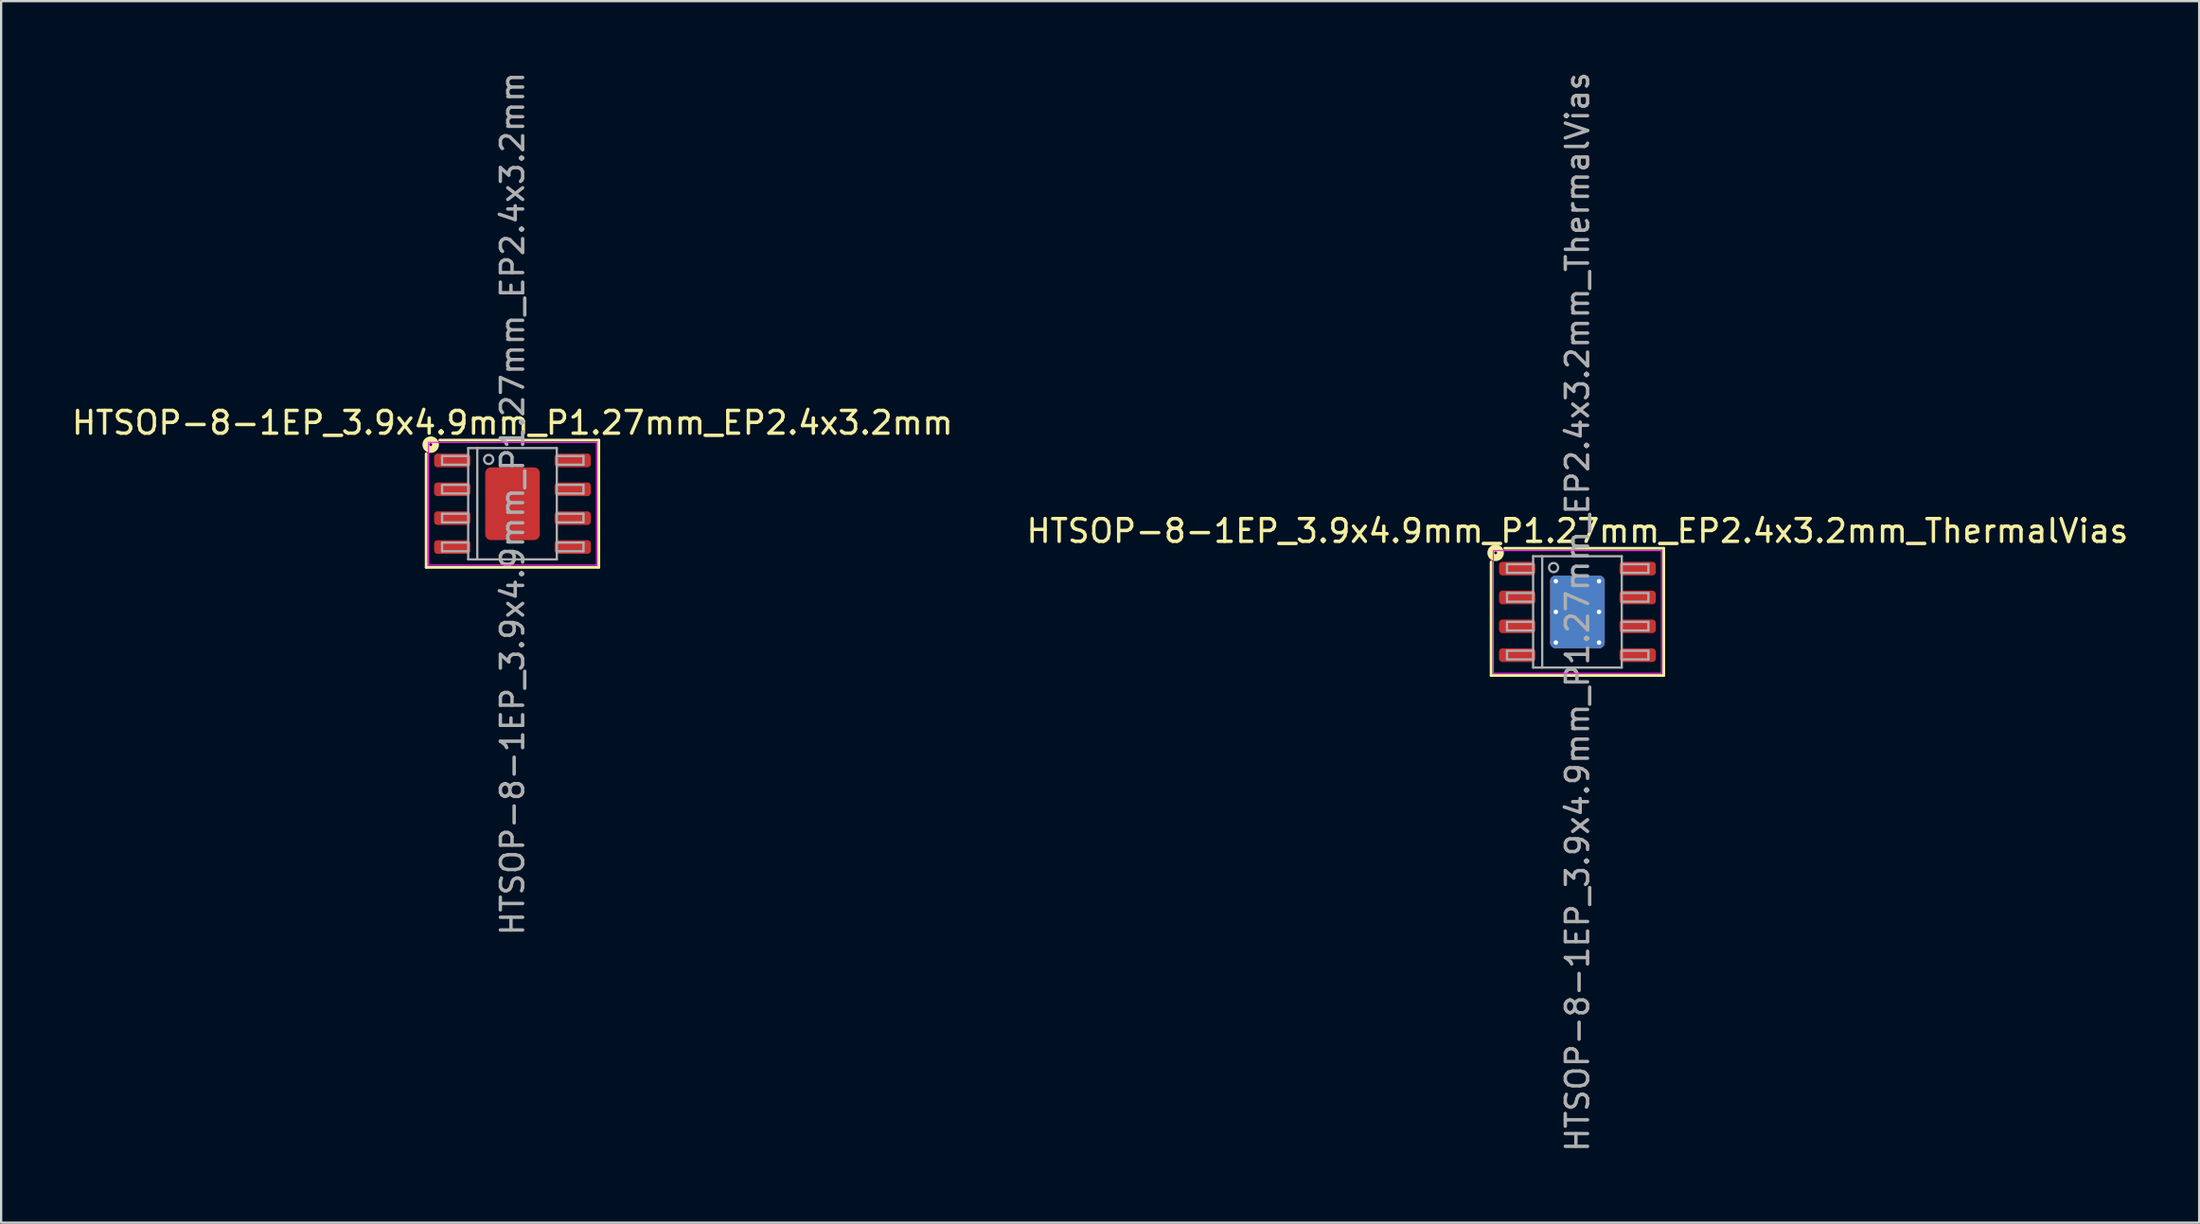
<source format=kicad_pcb>
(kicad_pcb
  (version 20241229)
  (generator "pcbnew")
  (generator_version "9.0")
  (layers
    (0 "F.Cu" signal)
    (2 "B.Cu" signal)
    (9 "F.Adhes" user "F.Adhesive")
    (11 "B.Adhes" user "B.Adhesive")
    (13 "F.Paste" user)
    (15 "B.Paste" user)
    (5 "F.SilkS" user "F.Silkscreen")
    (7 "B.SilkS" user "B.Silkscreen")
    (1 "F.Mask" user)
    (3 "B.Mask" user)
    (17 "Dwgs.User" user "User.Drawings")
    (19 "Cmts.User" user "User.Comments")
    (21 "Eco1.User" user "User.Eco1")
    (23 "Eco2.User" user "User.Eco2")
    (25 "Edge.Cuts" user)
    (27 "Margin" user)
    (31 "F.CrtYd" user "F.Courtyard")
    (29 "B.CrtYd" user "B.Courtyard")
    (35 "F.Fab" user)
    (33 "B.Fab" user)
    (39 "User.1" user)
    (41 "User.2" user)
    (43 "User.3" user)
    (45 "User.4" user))
  (footprint "HTSOP-8-1EP_3.9x4.9mm_P1.27mm_EP2.4x3.2mm_ThermalVias"
    (layer "F.Cu")
    (at 66.375 23.88)
    (property "Reference" "HTSOP-8-1EP_3.9x4.9mm_P1.27mm_EP2.4x3.2mm_ThermalVias" (at 0 -3.562 0) (layer "F.SilkS") (effects (font (size 1 1) (thickness 0.15))))
    (attr smd)
    (fp_line (start -3.8 2.8) (end -3.8 -2.2) (stroke (width 0.12) (type solid)) (layer "F.SilkS"))
    (fp_line (start -3.2 -2.8) (end 3.8 -2.8) (stroke (width 0.12) (type solid)) (layer "F.SilkS"))
    (fp_line (start 3.8 -2.8) (end 3.8 2.8) (stroke (width 0.12) (type solid)) (layer "F.SilkS"))
    (fp_line (start 3.8 2.8) (end -3.8 2.8) (stroke (width 0.12) (type solid)) (layer "F.SilkS"))
    (fp_circle (center -3.6 -2.6) (end -3.537 -2.6) (stroke (width 0.3) (type solid)) (fill no) (layer "F.SilkS"))
    (fp_line (start -3.7 -2.7) (end -3.7 2.7) (stroke (width 0.05) (type solid)) (layer "F.CrtYd"))
    (fp_line (start -3.7 2.7) (end 3.7 2.7) (stroke (width 0.05) (type solid)) (layer "F.CrtYd"))
    (fp_line (start 3.7 -2.7) (end -3.7 -2.7) (stroke (width 0.05) (type solid)) (layer "F.CrtYd"))
    (fp_line (start 3.7 2.7) (end 3.7 -2.7) (stroke (width 0.05) (type solid)) (layer "F.CrtYd"))
    (fp_line (start -3.1 -2.1) (end -3.1 -1.719) (stroke (width 0.1) (type solid)) (layer "F.Fab"))
    (fp_line (start -3.1 -2.1) (end -1.957 -2.1) (stroke (width 0.1) (type solid)) (layer "F.Fab"))
    (fp_line (start -3.1 -1.719) (end -1.957 -1.719) (stroke (width 0.1) (type solid)) (layer "F.Fab"))
    (fp_line (start -3.1 -0.83) (end -3.1 -0.449) (stroke (width 0.1) (type solid)) (layer "F.Fab"))
    (fp_line (start -3.1 -0.83) (end -1.957 -0.83) (stroke (width 0.1) (type solid)) (layer "F.Fab"))
    (fp_line (start -3.1 -0.449) (end -1.957 -0.449) (stroke (width 0.1) (type solid)) (layer "F.Fab"))
    (fp_line (start -3.1 0.44) (end -3.1 0.821) (stroke (width 0.1) (type solid)) (layer "F.Fab"))
    (fp_line (start -3.1 0.44) (end -1.957 0.44) (stroke (width 0.1) (type solid)) (layer "F.Fab"))
    (fp_line (start -3.1 0.821) (end -1.957 0.821) (stroke (width 0.1) (type solid)) (layer "F.Fab"))
    (fp_line (start -3.1 1.71) (end -3.1 2.091) (stroke (width 0.1) (type solid)) (layer "F.Fab"))
    (fp_line (start -3.1 1.71) (end -1.957 1.71) (stroke (width 0.1) (type solid)) (layer "F.Fab"))
    (fp_line (start -3.1 2.091) (end -1.957 2.091) (stroke (width 0.1) (type solid)) (layer "F.Fab"))
    (fp_line (start -1.95 -2.45) (end 1.95 -2.45) (stroke (width 0.1) (type solid)) (layer "F.Fab"))
    (fp_line (start -1.95 2.45) (end -1.95 -2.45) (stroke (width 0.1) (type solid)) (layer "F.Fab"))
    (fp_line (start -1.55 -2.45) (end -1.55 2.45) (stroke (width 0.1) (type solid)) (layer "F.Fab"))
    (fp_line (start 1.95 -2.45) (end 1.95 2.45) (stroke (width 0.1) (type solid)) (layer "F.Fab"))
    (fp_line (start 1.95 2.45) (end -1.95 2.45) (stroke (width 0.1) (type solid)) (layer "F.Fab"))
    (fp_line (start 3.123 -2.1) (end 1.98 -2.1) (stroke (width 0.1) (type solid)) (layer "F.Fab"))
    (fp_line (start 3.123 -1.719) (end 1.98 -1.719) (stroke (width 0.1) (type solid)) (layer "F.Fab"))
    (fp_line (start 3.123 -1.719) (end 3.123 -2.1) (stroke (width 0.1) (type solid)) (layer "F.Fab"))
    (fp_line (start 3.123 -0.83) (end 1.98 -0.83) (stroke (width 0.1) (type solid)) (layer "F.Fab"))
    (fp_line (start 3.123 -0.449) (end 1.98 -0.449) (stroke (width 0.1) (type solid)) (layer "F.Fab"))
    (fp_line (start 3.123 -0.449) (end 3.123 -0.83) (stroke (width 0.1) (type solid)) (layer "F.Fab"))
    (fp_line (start 3.123 0.44) (end 1.98 0.44) (stroke (width 0.1) (type solid)) (layer "F.Fab"))
    (fp_line (start 3.123 0.821) (end 1.98 0.821) (stroke (width 0.1) (type solid)) (layer "F.Fab"))
    (fp_line (start 3.123 0.821) (end 3.123 0.44) (stroke (width 0.1) (type solid)) (layer "F.Fab"))
    (fp_line (start 3.123 1.71) (end 1.98 1.71) (stroke (width 0.1) (type solid)) (layer "F.Fab"))
    (fp_line (start 3.123 2.091) (end 1.98 2.091) (stroke (width 0.1) (type solid)) (layer "F.Fab"))
    (fp_line (start 3.123 2.091) (end 3.123 1.71) (stroke (width 0.1) (type solid)) (layer "F.Fab"))
    (fp_circle (center -1.05 -1.95) (end -0.85 -1.95) (stroke (width 0.1) (type solid)) (fill no) (layer "F.Fab"))
    (fp_text user "${REFERENCE}" (at 0 0 90) (layer "F.Fab") (effects (font (size 0.98 0.98) (thickness 0.15))))
    (pad "" smd roundrect (at -0.6 -0.8) (size 0.97 1.29) (layers "F.Paste") (roundrect_rratio 0.25))
    (pad "" smd roundrect (at -0.6 0.8) (size 0.97 1.29) (layers "F.Paste") (roundrect_rratio 0.25))
    (pad "" smd roundrect (at 0.6 -0.8) (size 0.97 1.29) (layers "F.Paste") (roundrect_rratio 0.25))
    (pad "" smd roundrect (at 0.6 0.8) (size 0.97 1.29) (layers "F.Paste") (roundrect_rratio 0.25))
    (pad "1" smd roundrect (at -2.65 -1.905) (size 1.6 0.6) (layers "F.Cu" "F.Mask" "F.Paste") (roundrect_rratio 0.25))
    (pad "2" smd roundrect (at -2.65 -0.635) (size 1.6 0.6) (layers "F.Cu" "F.Mask" "F.Paste") (roundrect_rratio 0.25))
    (pad "3" smd roundrect (at -2.65 0.635) (size 1.6 0.6) (layers "F.Cu" "F.Mask" "F.Paste") (roundrect_rratio 0.25))
    (pad "4" smd roundrect (at -2.65 1.905) (size 1.6 0.6) (layers "F.Cu" "F.Mask" "F.Paste") (roundrect_rratio 0.25))
    (pad "5" smd roundrect (at 2.65 1.905) (size 1.6 0.6) (layers "F.Cu" "F.Mask" "F.Paste") (roundrect_rratio 0.25))
    (pad "6" smd roundrect (at 2.65 0.635) (size 1.6 0.6) (layers "F.Cu" "F.Mask" "F.Paste") (roundrect_rratio 0.25))
    (pad "7" smd roundrect (at 2.65 -0.635) (size 1.6 0.6) (layers "F.Cu" "F.Mask" "F.Paste") (roundrect_rratio 0.25))
    (pad "8" smd roundrect (at 2.65 -1.905) (size 1.6 0.6) (layers "F.Cu" "F.Mask" "F.Paste") (roundrect_rratio 0.25))
    (pad "9" thru_hole circle (at -0.95 -1.35) (size 0.5 0.5) (drill 0.2) (property pad_prop_heatsink) (layers "*.Cu"))
    (pad "9" thru_hole circle (at -0.95 0) (size 0.5 0.5) (drill 0.2) (property pad_prop_heatsink) (layers "*.Cu"))
    (pad "9" thru_hole circle (at -0.95 1.35) (size 0.5 0.5) (drill 0.2) (property pad_prop_heatsink) (layers "*.Cu"))
    (pad "9" smd roundrect (at 0 0) (size 2.4 3.2) (layers "F.Cu" "F.Mask") (roundrect_rratio 0.104))
    (pad "9" smd roundrect (at 0 0) (size 2.4 3.2) (layers "B.Cu" "B.Mask") (roundrect_rratio 0.104))
    (pad "9" thru_hole circle (at 0.95 -1.35) (size 0.5 0.5) (drill 0.2) (property pad_prop_heatsink) (layers "*.Cu"))
    (pad "9" thru_hole circle (at 0.95 0) (size 0.5 0.5) (drill 0.2) (property pad_prop_heatsink) (layers "*.Cu"))
    (pad "9" thru_hole circle (at 0.95 1.35) (size 0.5 0.5) (drill 0.2) (property pad_prop_heatsink) (layers "*.Cu")))
  (footprint "HTSOP-8-1EP_3.9x4.9mm_P1.27mm_EP2.4x3.2mm"
    (layer "F.Cu")
    (at 19.506 19.12)
    (property "Reference" "HTSOP-8-1EP_3.9x4.9mm_P1.27mm_EP2.4x3.2mm" (at 0 -3.562 0) (layer "F.SilkS") (effects (font (size 1 1) (thickness 0.15))))
    (attr smd)
    (fp_line (start -3.8 2.8) (end -3.8 -2.2) (stroke (width 0.12) (type solid)) (layer "F.SilkS"))
    (fp_line (start -3.2 -2.8) (end 3.8 -2.8) (stroke (width 0.12) (type solid)) (layer "F.SilkS"))
    (fp_line (start 3.8 -2.8) (end 3.8 2.8) (stroke (width 0.12) (type solid)) (layer "F.SilkS"))
    (fp_line (start 3.8 2.8) (end -3.8 2.8) (stroke (width 0.12) (type solid)) (layer "F.SilkS"))
    (fp_circle (center -3.6 -2.6) (end -3.537 -2.6) (stroke (width 0.3) (type solid)) (fill no) (layer "F.SilkS"))
    (fp_line (start -3.7 -2.7) (end -3.7 2.7) (stroke (width 0.05) (type solid)) (layer "F.CrtYd"))
    (fp_line (start -3.7 2.7) (end 3.7 2.7) (stroke (width 0.05) (type solid)) (layer "F.CrtYd"))
    (fp_line (start 3.7 -2.7) (end -3.7 -2.7) (stroke (width 0.05) (type solid)) (layer "F.CrtYd"))
    (fp_line (start 3.7 2.7) (end 3.7 -2.7) (stroke (width 0.05) (type solid)) (layer "F.CrtYd"))
    (fp_line (start -3.1 -2.1) (end -3.1 -1.719) (stroke (width 0.1) (type solid)) (layer "F.Fab"))
    (fp_line (start -3.1 -2.1) (end -1.957 -2.1) (stroke (width 0.1) (type solid)) (layer "F.Fab"))
    (fp_line (start -3.1 -1.719) (end -1.957 -1.719) (stroke (width 0.1) (type solid)) (layer "F.Fab"))
    (fp_line (start -3.1 -0.83) (end -3.1 -0.449) (stroke (width 0.1) (type solid)) (layer "F.Fab"))
    (fp_line (start -3.1 -0.83) (end -1.957 -0.83) (stroke (width 0.1) (type solid)) (layer "F.Fab"))
    (fp_line (start -3.1 -0.449) (end -1.957 -0.449) (stroke (width 0.1) (type solid)) (layer "F.Fab"))
    (fp_line (start -3.1 0.44) (end -3.1 0.821) (stroke (width 0.1) (type solid)) (layer "F.Fab"))
    (fp_line (start -3.1 0.44) (end -1.957 0.44) (stroke (width 0.1) (type solid)) (layer "F.Fab"))
    (fp_line (start -3.1 0.821) (end -1.957 0.821) (stroke (width 0.1) (type solid)) (layer "F.Fab"))
    (fp_line (start -3.1 1.71) (end -3.1 2.091) (stroke (width 0.1) (type solid)) (layer "F.Fab"))
    (fp_line (start -3.1 1.71) (end -1.957 1.71) (stroke (width 0.1) (type solid)) (layer "F.Fab"))
    (fp_line (start -3.1 2.091) (end -1.957 2.091) (stroke (width 0.1) (type solid)) (layer "F.Fab"))
    (fp_line (start -1.95 -2.45) (end 1.95 -2.45) (stroke (width 0.1) (type solid)) (layer "F.Fab"))
    (fp_line (start -1.95 2.45) (end -1.95 -2.45) (stroke (width 0.1) (type solid)) (layer "F.Fab"))
    (fp_line (start -1.55 -2.45) (end -1.55 2.45) (stroke (width 0.1) (type solid)) (layer "F.Fab"))
    (fp_line (start 1.95 -2.45) (end 1.95 2.45) (stroke (width 0.1) (type solid)) (layer "F.Fab"))
    (fp_line (start 1.95 2.45) (end -1.95 2.45) (stroke (width 0.1) (type solid)) (layer "F.Fab"))
    (fp_line (start 3.123 -2.1) (end 1.98 -2.1) (stroke (width 0.1) (type solid)) (layer "F.Fab"))
    (fp_line (start 3.123 -1.719) (end 1.98 -1.719) (stroke (width 0.1) (type solid)) (layer "F.Fab"))
    (fp_line (start 3.123 -1.719) (end 3.123 -2.1) (stroke (width 0.1) (type solid)) (layer "F.Fab"))
    (fp_line (start 3.123 -0.83) (end 1.98 -0.83) (stroke (width 0.1) (type solid)) (layer "F.Fab"))
    (fp_line (start 3.123 -0.449) (end 1.98 -0.449) (stroke (width 0.1) (type solid)) (layer "F.Fab"))
    (fp_line (start 3.123 -0.449) (end 3.123 -0.83) (stroke (width 0.1) (type solid)) (layer "F.Fab"))
    (fp_line (start 3.123 0.44) (end 1.98 0.44) (stroke (width 0.1) (type solid)) (layer "F.Fab"))
    (fp_line (start 3.123 0.821) (end 1.98 0.821) (stroke (width 0.1) (type solid)) (layer "F.Fab"))
    (fp_line (start 3.123 0.821) (end 3.123 0.44) (stroke (width 0.1) (type solid)) (layer "F.Fab"))
    (fp_line (start 3.123 1.71) (end 1.98 1.71) (stroke (width 0.1) (type solid)) (layer "F.Fab"))
    (fp_line (start 3.123 2.091) (end 1.98 2.091) (stroke (width 0.1) (type solid)) (layer "F.Fab"))
    (fp_line (start 3.123 2.091) (end 3.123 1.71) (stroke (width 0.1) (type solid)) (layer "F.Fab"))
    (fp_circle (center -1.05 -1.95) (end -0.85 -1.95) (stroke (width 0.1) (type solid)) (fill no) (layer "F.Fab"))
    (fp_text user "${REFERENCE}" (at 0 0 90) (layer "F.Fab") (effects (font (size 0.98 0.98) (thickness 0.15))))
    (pad "" smd roundrect (at -0.6 -0.8) (size 0.97 1.29) (layers "F.Paste") (roundrect_rratio 0.25))
    (pad "" smd roundrect (at -0.6 0.8) (size 0.97 1.29) (layers "F.Paste") (roundrect_rratio 0.25))
    (pad "" smd roundrect (at 0.6 -0.8) (size 0.97 1.29) (layers "F.Paste") (roundrect_rratio 0.25))
    (pad "" smd roundrect (at 0.6 0.8) (size 0.97 1.29) (layers "F.Paste") (roundrect_rratio 0.25))
    (pad "1" smd roundrect (at -2.65 -1.905) (size 1.6 0.6) (layers "F.Cu" "F.Mask" "F.Paste") (roundrect_rratio 0.25))
    (pad "2" smd roundrect (at -2.65 -0.635) (size 1.6 0.6) (layers "F.Cu" "F.Mask" "F.Paste") (roundrect_rratio 0.25))
    (pad "3" smd roundrect (at -2.65 0.635) (size 1.6 0.6) (layers "F.Cu" "F.Mask" "F.Paste") (roundrect_rratio 0.25))
    (pad "4" smd roundrect (at -2.65 1.905) (size 1.6 0.6) (layers "F.Cu" "F.Mask" "F.Paste") (roundrect_rratio 0.25))
    (pad "5" smd roundrect (at 2.65 1.905) (size 1.6 0.6) (layers "F.Cu" "F.Mask" "F.Paste") (roundrect_rratio 0.25))
    (pad "6" smd roundrect (at 2.65 0.635) (size 1.6 0.6) (layers "F.Cu" "F.Mask" "F.Paste") (roundrect_rratio 0.25))
    (pad "7" smd roundrect (at 2.65 -0.635) (size 1.6 0.6) (layers "F.Cu" "F.Mask" "F.Paste") (roundrect_rratio 0.25))
    (pad "8" smd roundrect (at 2.65 -1.905) (size 1.6 0.6) (layers "F.Cu" "F.Mask" "F.Paste") (roundrect_rratio 0.25))
    (pad "9" smd roundrect (at 0 0) (size 2.4 3.2) (layers "F.Cu" "F.Mask") (roundrect_rratio 0.104)))
  (gr_rect
    (start -3 -3)
    (end 93.738 50.761)
    (stroke (width 0.1) (type default))
    (fill no)
    (layer "Edge.Cuts")))
</source>
